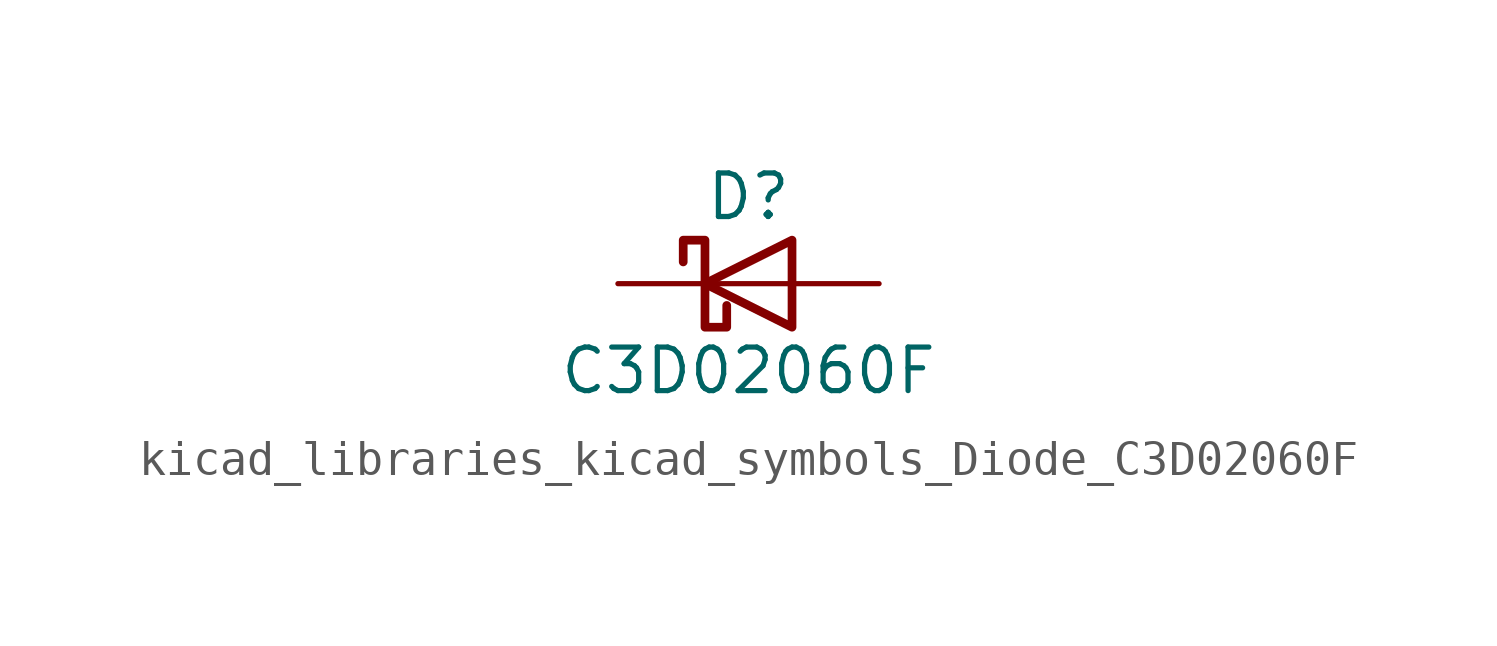
<source format=kicad_sym>
(kicad_symbol_lib
  (version 20220914)
  (generator kicad_symbol_editor)
  (symbol "kicad_libraries_kicad_symbols_Diode_C3D02060F"
    (pin_numbers hide)
    (pin_names
      (offset 1.016) hide)
    (property "Reference" "D"
      (at 0 2.54 0)
      (effects (font (size 1.27 1.27))))
    (property "Value" "C3D02060F"
      (at 0 -2.54 0)
      (effects (font (size 1.27 1.27))))
    (symbol "kicad_libraries_kicad_symbols_Diode_C3D02060F_0_1"
      (polyline (pts (xy 1.27 0) (xy -1.27 0)) (stroke (width 0) (type default)) (fill (type none)))
      (polyline (pts (xy 1.27 1.27) (xy 1.27 -1.27) (xy -1.27 0) (xy 1.27 1.27)) (stroke (width 0.254) (type default)) (fill (type none)))
      (polyline (pts (xy -1.905 0.635) (xy -1.905 1.27) (xy -1.27 1.27) (xy -1.27 -1.27) (xy -0.635 -1.27) (xy -0.635 -0.635)) (stroke (width 0.254) (type default)) (fill (type none))))
    (symbol "kicad_libraries_kicad_symbols_Diode_C3D02060F_1_1"
      (pin passive line (at -3.81 0 0) (length 2.54) (name "K" (effects (font (size 1.27 1.27)))) (number "1" (effects (font (size 1.27 1.27)))))
      (pin passive line (at 3.81 0 180) (length 2.54) (name "A" (effects (font (size 1.27 1.27)))) (number "2" (effects (font (size 1.27 1.27))))))))
</source>
